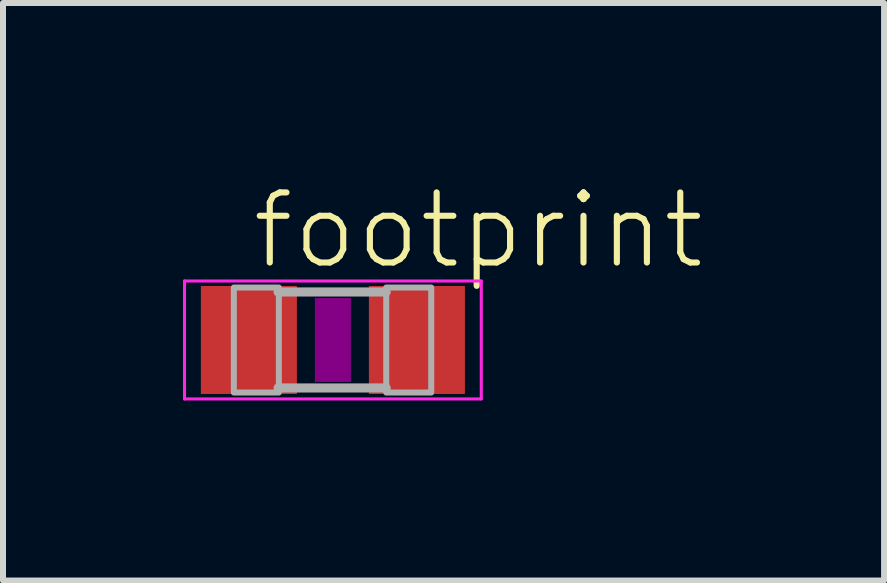
<source format=kicad_pcb>
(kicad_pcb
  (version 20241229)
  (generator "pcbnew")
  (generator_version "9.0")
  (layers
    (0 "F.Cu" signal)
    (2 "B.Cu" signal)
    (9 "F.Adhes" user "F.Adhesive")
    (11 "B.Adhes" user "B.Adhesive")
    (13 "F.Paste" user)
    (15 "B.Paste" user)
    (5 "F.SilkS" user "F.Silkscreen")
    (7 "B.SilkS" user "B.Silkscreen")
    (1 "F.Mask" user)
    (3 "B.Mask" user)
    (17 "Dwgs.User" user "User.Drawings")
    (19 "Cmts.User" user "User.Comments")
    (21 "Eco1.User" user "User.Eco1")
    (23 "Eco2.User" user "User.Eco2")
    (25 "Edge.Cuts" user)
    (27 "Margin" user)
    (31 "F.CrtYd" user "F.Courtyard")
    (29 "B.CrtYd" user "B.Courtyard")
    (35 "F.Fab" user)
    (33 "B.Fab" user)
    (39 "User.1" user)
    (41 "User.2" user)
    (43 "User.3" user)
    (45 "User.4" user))
  (footprint "footprint"
    (layer "F.Cu")
    (at 2.498 2.616)
    (property "Reference" "footprint" (at -1.397 -1.143 0) (layer "F.SilkS") (effects (font (size 1.168 1.168) (thickness 0.102)) (justify left bottom)))
    (fp_poly (pts (xy -0.3 0.7) (xy 0.3 0.7) (xy 0.3 -0.7) (xy -0.3 -0.7)) (stroke (width 0) (type solid)) (fill yes) (layer "F.Adhes"))
    (fp_line (start -2.473 -0.983) (end 2.473 -0.983) (stroke (width 0.051) (type solid)) (layer "F.CrtYd"))
    (fp_line (start -2.473 0.983) (end -2.473 -0.983) (stroke (width 0.051) (type solid)) (layer "F.CrtYd"))
    (fp_line (start 2.473 -0.983) (end 2.473 0.983) (stroke (width 0.051) (type solid)) (layer "F.CrtYd"))
    (fp_line (start 2.473 0.983) (end -2.473 0.983) (stroke (width 0.051) (type solid)) (layer "F.CrtYd"))
    (fp_line (start -0.913 -0.8) (end 0.888 -0.8) (stroke (width 0.152) (type solid)) (layer "F.Fab"))
    (fp_line (start -0.913 0.8) (end 0.888 0.8) (stroke (width 0.152) (type solid)) (layer "F.Fab"))
    (fp_poly (pts (xy -1.651 0.876) (xy -0.901 0.876) (xy -0.901 -0.874) (xy -1.651 -0.874)) (stroke (width 0.1) (type solid)) (fill no) (layer "F.Fab"))
    (fp_poly (pts (xy 0.889 0.876) (xy 1.639 0.876) (xy 1.639 -0.874) (xy 0.889 -0.874)) (stroke (width 0.1) (type solid)) (fill no) (layer "F.Fab"))
    (pad "1" smd rect (at -1.4 0) (size 1.6 1.8) (layers "F.Cu" "F.Mask" "F.Paste"))
    (pad "2" smd rect (at 1.4 0) (size 1.6 1.8) (layers "F.Cu" "F.Mask" "F.Paste")))
  (gr_rect
    (start -3 -3)
    (end 11.684 6.625)
    (stroke (width 0.1) (type default))
    (fill no)
    (layer "Edge.Cuts")))
</source>
